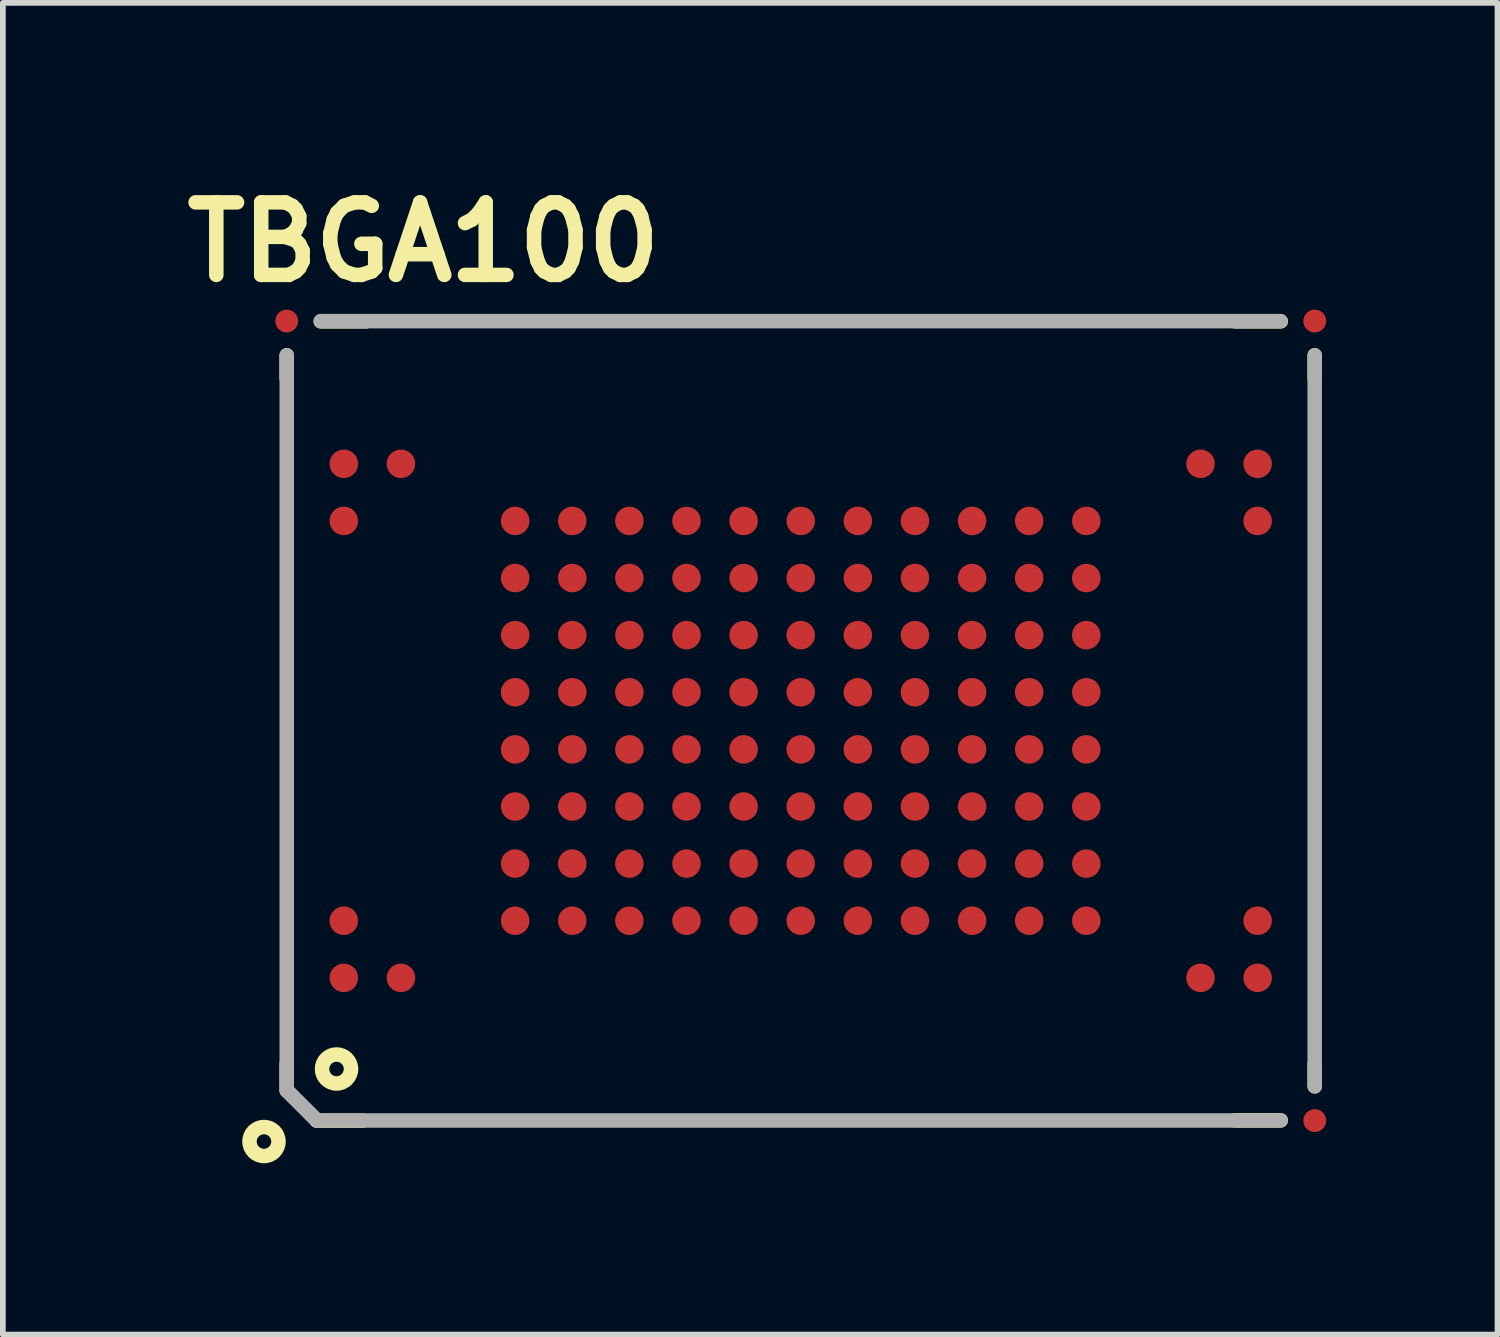
<source format=kicad_pcb>
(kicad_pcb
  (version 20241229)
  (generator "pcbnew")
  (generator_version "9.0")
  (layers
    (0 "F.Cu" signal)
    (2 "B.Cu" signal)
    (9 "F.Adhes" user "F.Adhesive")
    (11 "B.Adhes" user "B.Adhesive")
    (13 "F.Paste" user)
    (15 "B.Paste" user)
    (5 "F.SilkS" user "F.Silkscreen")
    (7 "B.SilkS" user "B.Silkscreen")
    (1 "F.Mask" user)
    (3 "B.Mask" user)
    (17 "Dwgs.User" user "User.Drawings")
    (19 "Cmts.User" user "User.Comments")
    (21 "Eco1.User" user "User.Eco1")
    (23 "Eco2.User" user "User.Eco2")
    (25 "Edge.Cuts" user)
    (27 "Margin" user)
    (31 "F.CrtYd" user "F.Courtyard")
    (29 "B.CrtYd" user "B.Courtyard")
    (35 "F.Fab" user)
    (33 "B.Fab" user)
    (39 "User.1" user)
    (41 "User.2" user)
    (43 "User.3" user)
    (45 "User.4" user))
  (footprint "TBGA100"
    (layer "F.Cu")
    (at 10.97 9.571)
    (property "Reference" "TBGA100" (at -6.604 -8.382 0) (layer "F.SilkS") (effects (font (size 1.27 1.27) (thickness 0.254))))
    (attr smd)
    (fp_line (start -9 -6.4) (end -9 -6) (stroke (width 0.254) (type solid)) (layer "F.SilkS"))
    (fp_line (start -9 6) (end -9 6.4) (stroke (width 0.254) (type solid)) (layer "F.SilkS"))
    (fp_line (start -8.47 7) (end -9 6.47) (stroke (width 0.254) (type solid)) (layer "F.SilkS"))
    (fp_line (start -8.405 -6.995) (end -7.605 -6.995) (stroke (width 0.254) (type solid)) (layer "F.SilkS"))
    (fp_line (start -7.67 7) (end -8.47 7) (stroke (width 0.254) (type solid)) (layer "F.SilkS"))
    (fp_line (start 7.605 -6.995) (end 8.405 -6.995) (stroke (width 0.254) (type solid)) (layer "F.SilkS"))
    (fp_line (start 7.605 6.995) (end 8.405 6.995) (stroke (width 0.254) (type solid)) (layer "F.SilkS"))
    (fp_line (start 9 -6.4) (end 9 -6) (stroke (width 0.254) (type solid)) (layer "F.SilkS"))
    (fp_line (start 9 6) (end 9 6.4) (stroke (width 0.254) (type solid)) (layer "F.SilkS"))
    (fp_circle (center -9.398 7.366) (end -9.144 7.366) (stroke (width 0.254) (type solid)) (fill no) (layer "F.SilkS"))
    (fp_circle (center -8.128 6.096) (end -7.874 6.096) (stroke (width 0.254) (type solid)) (fill no) (layer "F.SilkS"))
    (fp_line (start -8.999 -6.398) (end -8.999 6.472) (stroke (width 0.254) (type solid)) (layer "F.Fab"))
    (fp_line (start -8.999 6.472) (end -8.471 6.998) (stroke (width 0.254) (type solid)) (layer "F.Fab"))
    (fp_line (start -8.471 6.998) (end 8.4 6.998) (stroke (width 0.254) (type solid)) (layer "F.Fab"))
    (fp_line (start 8.4 -6.998) (end -8.4 -6.998) (stroke (width 0.254) (type solid)) (layer "F.Fab"))
    (fp_line (start 8.999 6.398) (end 8.999 -6.398) (stroke (width 0.254) (type solid)) (layer "F.Fab"))
    (pad "A1" smd circle (at -8 4.5 90) (size 0.5 0.5) (layers "F.Cu" "F.Mask" "F.Paste"))
    (pad "A2" smd circle (at -8 3.5 90) (size 0.5 0.5) (layers "F.Cu" "F.Mask" "F.Paste"))
    (pad "A9" smd circle (at -8 -3.5 90) (size 0.5 0.5) (layers "F.Cu" "F.Mask" "F.Paste"))
    (pad "A10" smd circle (at -8 -4.5 90) (size 0.5 0.5) (layers "F.Cu" "F.Mask" "F.Paste"))
    (pad "B1" smd circle (at -7 4.5 90) (size 0.5 0.5) (layers "F.Cu" "F.Mask" "F.Paste"))
    (pad "B10" smd circle (at -7 -4.5 90) (size 0.5 0.5) (layers "F.Cu" "F.Mask" "F.Paste"))
    (pad "D2" smd circle (at -5 3.5 90) (size 0.5 0.5) (layers "F.Cu" "F.Mask" "F.Paste"))
    (pad "D3" smd circle (at -5 2.5 90) (size 0.5 0.5) (layers "F.Cu" "F.Mask" "F.Paste"))
    (pad "D4" smd circle (at -5 1.5 90) (size 0.5 0.5) (layers "F.Cu" "F.Mask" "F.Paste"))
    (pad "D5" smd circle (at -5 0.5 90) (size 0.5 0.5) (layers "F.Cu" "F.Mask" "F.Paste"))
    (pad "D6" smd circle (at -5 -0.5 90) (size 0.5 0.5) (layers "F.Cu" "F.Mask" "F.Paste"))
    (pad "D7" smd circle (at -5 -1.5 90) (size 0.5 0.5) (layers "F.Cu" "F.Mask" "F.Paste"))
    (pad "D8" smd circle (at -5 -2.5 90) (size 0.5 0.5) (layers "F.Cu" "F.Mask" "F.Paste"))
    (pad "D9" smd circle (at -5 -3.5 90) (size 0.5 0.5) (layers "F.Cu" "F.Mask" "F.Paste"))
    (pad "E2" smd circle (at -4 3.5 90) (size 0.5 0.5) (layers "F.Cu" "F.Mask" "F.Paste"))
    (pad "E3" smd circle (at -4 2.5 90) (size 0.5 0.5) (layers "F.Cu" "F.Mask" "F.Paste"))
    (pad "E4" smd circle (at -4 1.5 90) (size 0.5 0.5) (layers "F.Cu" "F.Mask" "F.Paste"))
    (pad "E5" smd circle (at -4 0.5 90) (size 0.5 0.5) (layers "F.Cu" "F.Mask" "F.Paste"))
    (pad "E6" smd circle (at -4 -0.5 90) (size 0.5 0.5) (layers "F.Cu" "F.Mask" "F.Paste"))
    (pad "E7" smd circle (at -4 -1.5 90) (size 0.5 0.5) (layers "F.Cu" "F.Mask" "F.Paste"))
    (pad "E8" smd circle (at -4 -2.5 90) (size 0.5 0.5) (layers "F.Cu" "F.Mask" "F.Paste"))
    (pad "E9" smd circle (at -4 -3.5 90) (size 0.5 0.5) (layers "F.Cu" "F.Mask" "F.Paste"))
    (pad "F2" smd circle (at -3 3.5 90) (size 0.5 0.5) (layers "F.Cu" "F.Mask" "F.Paste"))
    (pad "F3" smd circle (at -3 2.5 90) (size 0.5 0.5) (layers "F.Cu" "F.Mask" "F.Paste"))
    (pad "F4" smd circle (at -3 1.5 90) (size 0.5 0.5) (layers "F.Cu" "F.Mask" "F.Paste"))
    (pad "F5" smd circle (at -3 0.5 90) (size 0.5 0.5) (layers "F.Cu" "F.Mask" "F.Paste"))
    (pad "F6" smd circle (at -3 -0.5 90) (size 0.5 0.5) (layers "F.Cu" "F.Mask" "F.Paste"))
    (pad "F7" smd circle (at -3 -1.5 90) (size 0.5 0.5) (layers "F.Cu" "F.Mask" "F.Paste"))
    (pad "F8" smd circle (at -3 -2.5 90) (size 0.5 0.5) (layers "F.Cu" "F.Mask" "F.Paste"))
    (pad "F9" smd circle (at -3 -3.5 90) (size 0.5 0.5) (layers "F.Cu" "F.Mask" "F.Paste"))
    (pad "FID1" smd circle (at 9 7 90) (size 0.4 0.4) (layers "F.Cu" "F.Mask"))
    (pad "FID2" smd circle (at 9 -7 90) (size 0.4 0.4) (layers "F.Cu" "F.Mask"))
    (pad "FID3" smd circle (at -9 -7 90) (size 0.4 0.4) (layers "F.Cu" "F.Mask"))
    (pad "G2" smd circle (at -2 3.5 90) (size 0.5 0.5) (layers "F.Cu" "F.Mask" "F.Paste"))
    (pad "G3" smd circle (at -2 2.5 90) (size 0.5 0.5) (layers "F.Cu" "F.Mask" "F.Paste"))
    (pad "G4" smd circle (at -2 1.5 90) (size 0.5 0.5) (layers "F.Cu" "F.Mask" "F.Paste"))
    (pad "G5" smd circle (at -2 0.5 90) (size 0.5 0.5) (layers "F.Cu" "F.Mask" "F.Paste"))
    (pad "G6" smd circle (at -2 -0.5 90) (size 0.5 0.5) (layers "F.Cu" "F.Mask" "F.Paste"))
    (pad "G7" smd circle (at -2 -1.5 90) (size 0.5 0.5) (layers "F.Cu" "F.Mask" "F.Paste"))
    (pad "G8" smd circle (at -2 -2.5 90) (size 0.5 0.5) (layers "F.Cu" "F.Mask" "F.Paste"))
    (pad "G9" smd circle (at -2 -3.5 90) (size 0.5 0.5) (layers "F.Cu" "F.Mask" "F.Paste"))
    (pad "H2" smd circle (at -1 3.5 90) (size 0.5 0.5) (layers "F.Cu" "F.Mask" "F.Paste"))
    (pad "H3" smd circle (at -1 2.5 90) (size 0.5 0.5) (layers "F.Cu" "F.Mask" "F.Paste"))
    (pad "H4" smd circle (at -1 1.5 90) (size 0.5 0.5) (layers "F.Cu" "F.Mask" "F.Paste"))
    (pad "H5" smd circle (at -1 0.5 90) (size 0.5 0.5) (layers "F.Cu" "F.Mask" "F.Paste"))
    (pad "H6" smd circle (at -1 -0.5 90) (size 0.5 0.5) (layers "F.Cu" "F.Mask" "F.Paste"))
    (pad "H7" smd circle (at -1 -1.5 90) (size 0.5 0.5) (layers "F.Cu" "F.Mask" "F.Paste"))
    (pad "H8" smd circle (at -1 -2.5 90) (size 0.5 0.5) (layers "F.Cu" "F.Mask" "F.Paste"))
    (pad "H9" smd circle (at -1 -3.5 90) (size 0.5 0.5) (layers "F.Cu" "F.Mask" "F.Paste"))
    (pad "J2" smd circle (at 0 3.5 90) (size 0.5 0.5) (layers "F.Cu" "F.Mask" "F.Paste"))
    (pad "J3" smd circle (at 0 2.5 90) (size 0.5 0.5) (layers "F.Cu" "F.Mask" "F.Paste"))
    (pad "J4" smd circle (at 0 1.5 90) (size 0.5 0.5) (layers "F.Cu" "F.Mask" "F.Paste"))
    (pad "J5" smd circle (at 0 0.5 90) (size 0.5 0.5) (layers "F.Cu" "F.Mask" "F.Paste"))
    (pad "J6" smd circle (at 0 -0.5 90) (size 0.5 0.5) (layers "F.Cu" "F.Mask" "F.Paste"))
    (pad "J7" smd circle (at 0 -1.5 90) (size 0.5 0.5) (layers "F.Cu" "F.Mask" "F.Paste"))
    (pad "J8" smd circle (at 0 -2.5 90) (size 0.5 0.5) (layers "F.Cu" "F.Mask" "F.Paste"))
    (pad "J9" smd circle (at 0 -3.5 90) (size 0.5 0.5) (layers "F.Cu" "F.Mask" "F.Paste"))
    (pad "K2" smd circle (at 1 3.5 90) (size 0.5 0.5) (layers "F.Cu" "F.Mask" "F.Paste"))
    (pad "K3" smd circle (at 1 2.5 90) (size 0.5 0.5) (layers "F.Cu" "F.Mask" "F.Paste"))
    (pad "K4" smd circle (at 1 1.5 90) (size 0.5 0.5) (layers "F.Cu" "F.Mask" "F.Paste"))
    (pad "K5" smd circle (at 1 0.5 90) (size 0.5 0.5) (layers "F.Cu" "F.Mask" "F.Paste"))
    (pad "K6" smd circle (at 1 -0.5 90) (size 0.5 0.5) (layers "F.Cu" "F.Mask" "F.Paste"))
    (pad "K7" smd circle (at 1 -1.5 90) (size 0.5 0.5) (layers "F.Cu" "F.Mask" "F.Paste"))
    (pad "K8" smd circle (at 1 -2.5 90) (size 0.5 0.5) (layers "F.Cu" "F.Mask" "F.Paste"))
    (pad "K9" smd circle (at 1 -3.5 90) (size 0.5 0.5) (layers "F.Cu" "F.Mask" "F.Paste"))
    (pad "L2" smd circle (at 2 3.5 90) (size 0.5 0.5) (layers "F.Cu" "F.Mask" "F.Paste"))
    (pad "L3" smd circle (at 2 2.5 90) (size 0.5 0.5) (layers "F.Cu" "F.Mask" "F.Paste"))
    (pad "L4" smd circle (at 2 1.5 90) (size 0.5 0.5) (layers "F.Cu" "F.Mask" "F.Paste"))
    (pad "L5" smd circle (at 2 0.5 90) (size 0.5 0.5) (layers "F.Cu" "F.Mask" "F.Paste"))
    (pad "L6" smd circle (at 2 -0.5 90) (size 0.5 0.5) (layers "F.Cu" "F.Mask" "F.Paste"))
    (pad "L7" smd circle (at 2 -1.5 90) (size 0.5 0.5) (layers "F.Cu" "F.Mask" "F.Paste"))
    (pad "L8" smd circle (at 2 -2.5 90) (size 0.5 0.5) (layers "F.Cu" "F.Mask" "F.Paste"))
    (pad "L9" smd circle (at 2 -3.5 90) (size 0.5 0.5) (layers "F.Cu" "F.Mask" "F.Paste"))
    (pad "M2" smd circle (at 3 3.5 90) (size 0.5 0.5) (layers "F.Cu" "F.Mask" "F.Paste"))
    (pad "M3" smd circle (at 3 2.5 90) (size 0.5 0.5) (layers "F.Cu" "F.Mask" "F.Paste"))
    (pad "M4" smd circle (at 3 1.5 90) (size 0.5 0.5) (layers "F.Cu" "F.Mask" "F.Paste"))
    (pad "M5" smd circle (at 3 0.5 90) (size 0.5 0.5) (layers "F.Cu" "F.Mask" "F.Paste"))
    (pad "M6" smd circle (at 3 -0.5 90) (size 0.5 0.5) (layers "F.Cu" "F.Mask" "F.Paste"))
    (pad "M7" smd circle (at 3 -1.5 90) (size 0.5 0.5) (layers "F.Cu" "F.Mask" "F.Paste"))
    (pad "M8" smd circle (at 3 -2.5 90) (size 0.5 0.5) (layers "F.Cu" "F.Mask" "F.Paste"))
    (pad "M9" smd circle (at 3 -3.5 90) (size 0.5 0.5) (layers "F.Cu" "F.Mask" "F.Paste"))
    (pad "N2" smd circle (at 4 3.5 90) (size 0.5 0.5) (layers "F.Cu" "F.Mask" "F.Paste"))
    (pad "N3" smd circle (at 4 2.5 90) (size 0.5 0.5) (layers "F.Cu" "F.Mask" "F.Paste"))
    (pad "N4" smd circle (at 4 1.5 90) (size 0.5 0.5) (layers "F.Cu" "F.Mask" "F.Paste"))
    (pad "N5" smd circle (at 4 0.5 90) (size 0.5 0.5) (layers "F.Cu" "F.Mask" "F.Paste"))
    (pad "N6" smd circle (at 4 -0.5 90) (size 0.5 0.5) (layers "F.Cu" "F.Mask" "F.Paste"))
    (pad "N7" smd circle (at 4 -1.5 90) (size 0.5 0.5) (layers "F.Cu" "F.Mask" "F.Paste"))
    (pad "N8" smd circle (at 4 -2.5 90) (size 0.5 0.5) (layers "F.Cu" "F.Mask" "F.Paste"))
    (pad "N9" smd circle (at 4 -3.5 90) (size 0.5 0.5) (layers "F.Cu" "F.Mask" "F.Paste"))
    (pad "P2" smd circle (at 5 3.5 90) (size 0.5 0.5) (layers "F.Cu" "F.Mask" "F.Paste"))
    (pad "P3" smd circle (at 5 2.5 90) (size 0.5 0.5) (layers "F.Cu" "F.Mask" "F.Paste"))
    (pad "P4" smd circle (at 5 1.5 90) (size 0.5 0.5) (layers "F.Cu" "F.Mask" "F.Paste"))
    (pad "P5" smd circle (at 5 0.5 90) (size 0.5 0.5) (layers "F.Cu" "F.Mask" "F.Paste"))
    (pad "P6" smd circle (at 5 -0.5 90) (size 0.5 0.5) (layers "F.Cu" "F.Mask" "F.Paste"))
    (pad "P7" smd circle (at 5 -1.5 90) (size 0.5 0.5) (layers "F.Cu" "F.Mask" "F.Paste"))
    (pad "P8" smd circle (at 5 -2.5 90) (size 0.5 0.5) (layers "F.Cu" "F.Mask" "F.Paste"))
    (pad "P9" smd circle (at 5 -3.5 90) (size 0.5 0.5) (layers "F.Cu" "F.Mask" "F.Paste"))
    (pad "T1" smd circle (at 7 4.5 90) (size 0.5 0.5) (layers "F.Cu" "F.Mask" "F.Paste"))
    (pad "T10" smd circle (at 7 -4.5 90) (size 0.5 0.5) (layers "F.Cu" "F.Mask" "F.Paste"))
    (pad "U1" smd circle (at 8 4.5 90) (size 0.5 0.5) (layers "F.Cu" "F.Mask" "F.Paste"))
    (pad "U2" smd circle (at 8 3.5 90) (size 0.5 0.5) (layers "F.Cu" "F.Mask" "F.Paste"))
    (pad "U9" smd circle (at 8 -3.5 90) (size 0.5 0.5) (layers "F.Cu" "F.Mask" "F.Paste"))
    (pad "U10" smd circle (at 8 -4.5 90) (size 0.5 0.5) (layers "F.Cu" "F.Mask" "F.Paste")))
  (gr_rect
    (start -3 -3)
    (end 23.17 20.318)
    (stroke (width 0.1) (type default))
    (fill no)
    (layer "Edge.Cuts")))
</source>
